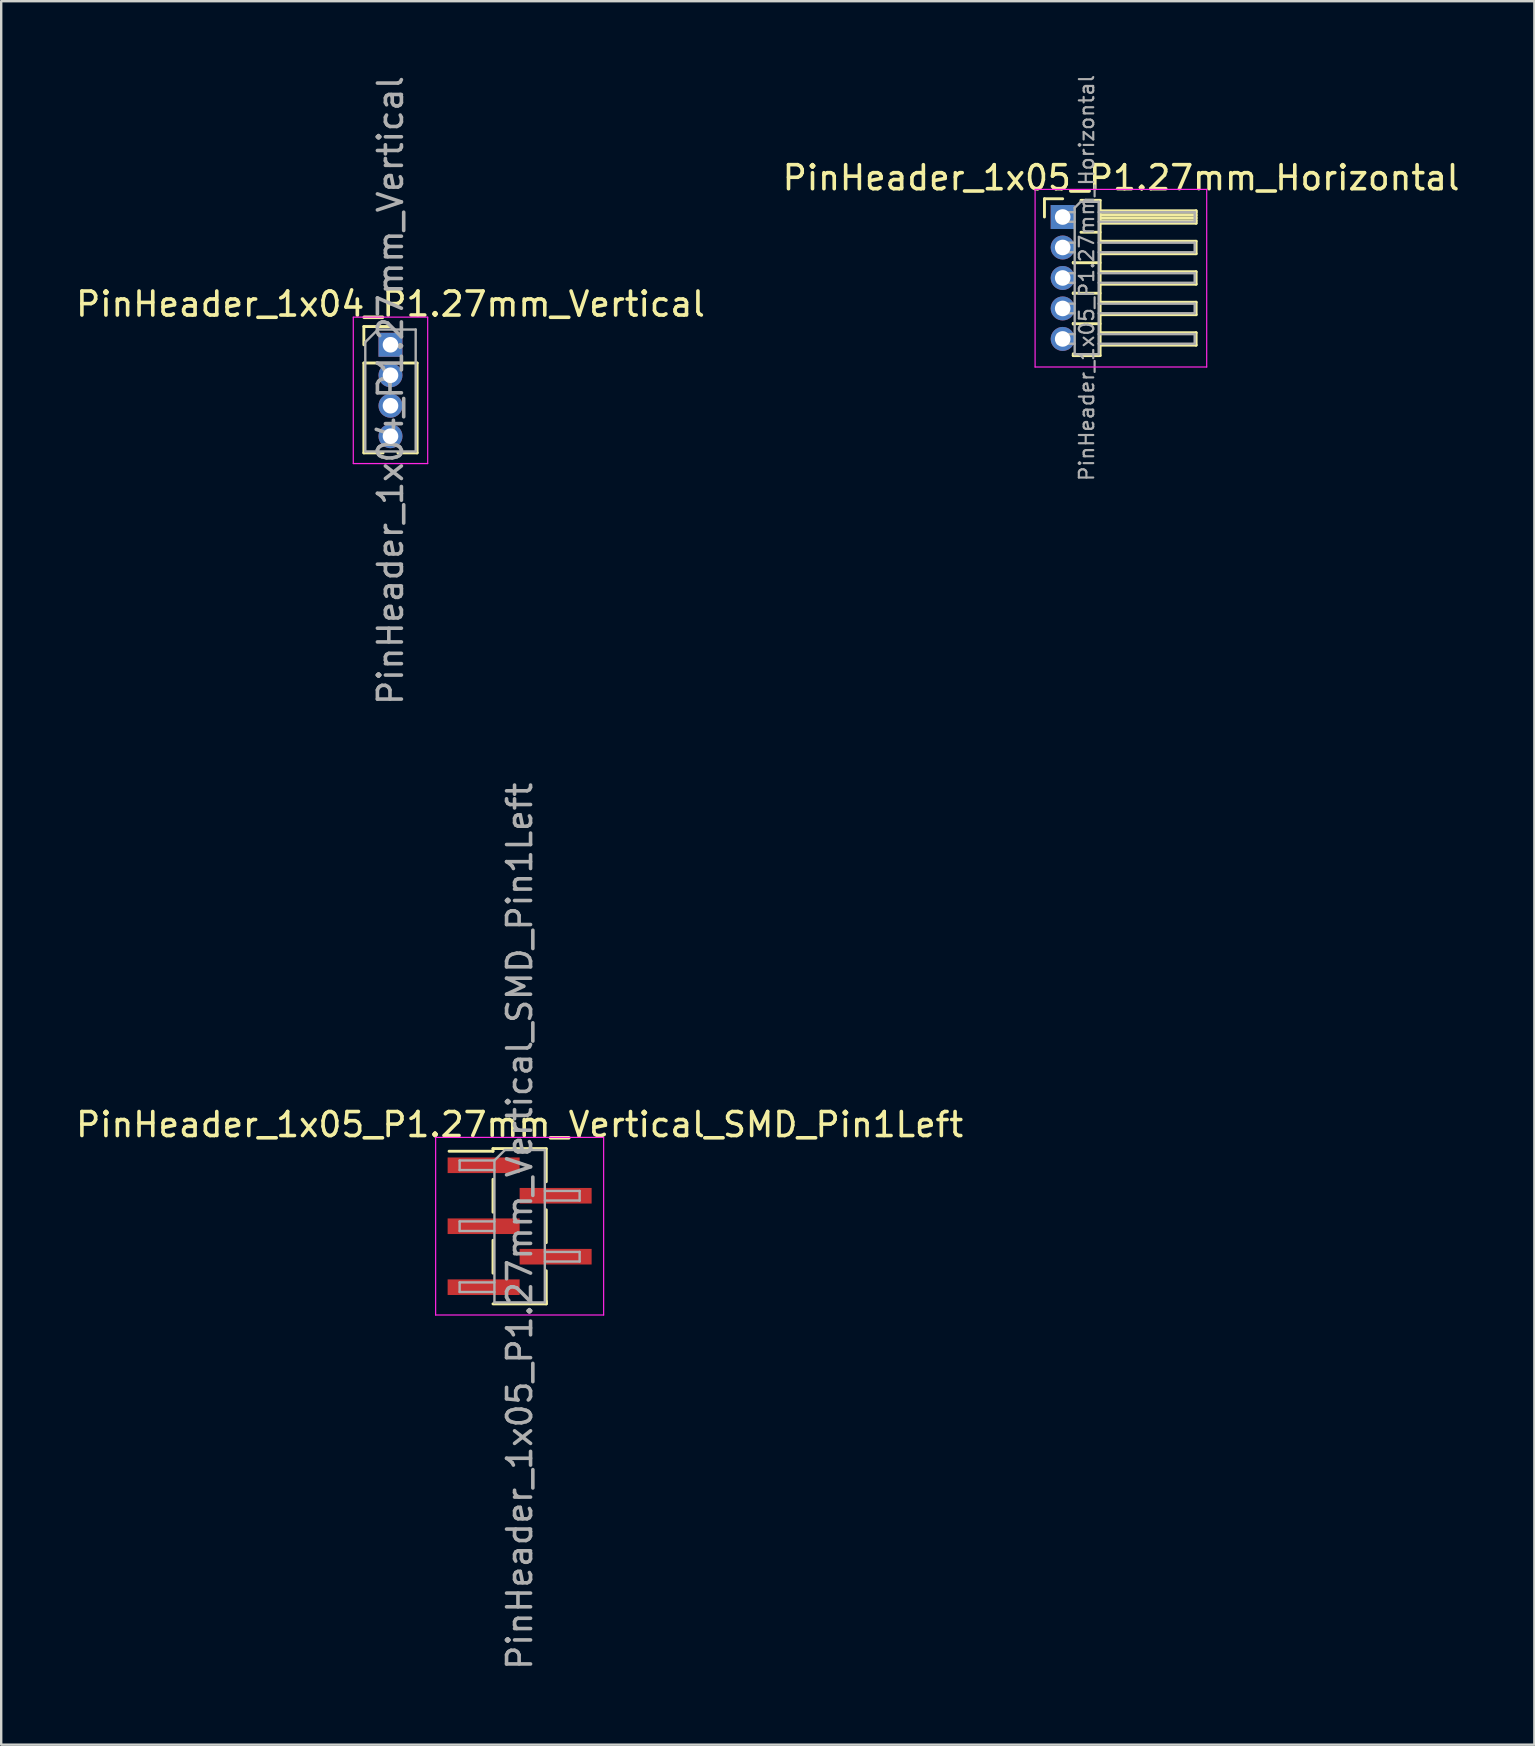
<source format=kicad_pcb>
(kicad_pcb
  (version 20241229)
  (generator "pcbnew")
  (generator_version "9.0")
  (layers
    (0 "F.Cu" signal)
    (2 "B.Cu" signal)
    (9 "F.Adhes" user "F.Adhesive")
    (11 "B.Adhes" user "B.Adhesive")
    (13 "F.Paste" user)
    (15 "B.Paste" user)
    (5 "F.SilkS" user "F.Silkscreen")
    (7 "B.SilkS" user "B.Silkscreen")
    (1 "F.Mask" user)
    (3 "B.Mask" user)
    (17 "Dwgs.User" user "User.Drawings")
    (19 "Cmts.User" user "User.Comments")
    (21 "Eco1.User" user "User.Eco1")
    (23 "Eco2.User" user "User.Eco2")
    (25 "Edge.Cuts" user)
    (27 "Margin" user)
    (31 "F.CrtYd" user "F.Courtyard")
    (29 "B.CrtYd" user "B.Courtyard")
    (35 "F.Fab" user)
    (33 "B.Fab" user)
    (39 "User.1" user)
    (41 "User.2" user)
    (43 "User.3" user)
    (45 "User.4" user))
  (footprint "PinHeader_1x04_P1.27mm_Vertical"
    (layer "F.Cu")
    (at 13.22 11.315)
    (property "Reference" "PinHeader_1x04_P1.27mm_Vertical" (at 0 -1.695 0) (layer "F.SilkS") (effects (font (size 1 1) (thickness 0.15))))
    (attr through_hole)
    (fp_line (start -1.11 -0.76) (end 0 -0.76) (stroke (width 0.12) (type solid)) (layer "F.SilkS"))
    (fp_line (start -1.11 0) (end -1.11 -0.76) (stroke (width 0.12) (type solid)) (layer "F.SilkS"))
    (fp_line (start -1.11 0.76) (end -1.11 4.505) (stroke (width 0.12) (type solid)) (layer "F.SilkS"))
    (fp_line (start -1.11 0.76) (end -0.563 0.76) (stroke (width 0.12) (type solid)) (layer "F.SilkS"))
    (fp_line (start -1.11 4.505) (end -0.308 4.505) (stroke (width 0.12) (type solid)) (layer "F.SilkS"))
    (fp_line (start 0.308 4.505) (end 1.11 4.505) (stroke (width 0.12) (type solid)) (layer "F.SilkS"))
    (fp_line (start 0.563 0.76) (end 1.11 0.76) (stroke (width 0.12) (type solid)) (layer "F.SilkS"))
    (fp_line (start 1.11 0.76) (end 1.11 4.505) (stroke (width 0.12) (type solid)) (layer "F.SilkS"))
    (fp_line (start -1.55 -1.15) (end -1.55 4.95) (stroke (width 0.05) (type solid)) (layer "F.CrtYd"))
    (fp_line (start -1.55 4.95) (end 1.55 4.95) (stroke (width 0.05) (type solid)) (layer "F.CrtYd"))
    (fp_line (start 1.55 -1.15) (end -1.55 -1.15) (stroke (width 0.05) (type solid)) (layer "F.CrtYd"))
    (fp_line (start 1.55 4.95) (end 1.55 -1.15) (stroke (width 0.05) (type solid)) (layer "F.CrtYd"))
    (fp_line (start -1.05 -0.11) (end -0.525 -0.635) (stroke (width 0.1) (type solid)) (layer "F.Fab"))
    (fp_line (start -1.05 4.445) (end -1.05 -0.11) (stroke (width 0.1) (type solid)) (layer "F.Fab"))
    (fp_line (start -0.525 -0.635) (end 1.05 -0.635) (stroke (width 0.1) (type solid)) (layer "F.Fab"))
    (fp_line (start 1.05 -0.635) (end 1.05 4.445) (stroke (width 0.1) (type solid)) (layer "F.Fab"))
    (fp_line (start 1.05 4.445) (end -1.05 4.445) (stroke (width 0.1) (type solid)) (layer "F.Fab"))
    (fp_text user "${REFERENCE}" (at 0 1.905 90) (layer "F.Fab") (effects (font (size 1 1) (thickness 0.15))))
    (pad "1" thru_hole rect (at 0 0) (size 1 1) (drill 0.65) (layers "*.Cu" "*.Mask"))
    (pad "2" thru_hole oval (at 0 1.27) (size 1 1) (drill 0.65) (layers "*.Cu" "*.Mask"))
    (pad "3" thru_hole oval (at 0 2.54) (size 1 1) (drill 0.65) (layers "*.Cu" "*.Mask"))
    (pad "4" thru_hole oval (at 0 3.81) (size 1 1) (drill 0.65) (layers "*.Cu" "*.Mask")))
  (footprint "PinHeader_1x05_P1.27mm_Horizontal"
    (layer "F.Cu")
    (at 41.228 5.992)
    (property "Reference" "PinHeader_1x05_P1.27mm_Horizontal" (at 2.433 -1.635 0) (layer "F.SilkS") (effects (font (size 1 1) (thickness 0.15))))
    (attr through_hole)
    (fp_line (start -0.76 -0.76) (end 0 -0.76) (stroke (width 0.12) (type solid)) (layer "F.SilkS"))
    (fp_line (start -0.76 0) (end -0.76 -0.76) (stroke (width 0.12) (type solid)) (layer "F.SilkS"))
    (fp_line (start 0.44 1.89) (end 0.44 1.92) (stroke (width 0.12) (type solid)) (layer "F.SilkS"))
    (fp_line (start 0.44 1.905) (end 1.56 1.905) (stroke (width 0.12) (type solid)) (layer "F.SilkS"))
    (fp_line (start 0.44 3.16) (end 0.44 3.19) (stroke (width 0.12) (type solid)) (layer "F.SilkS"))
    (fp_line (start 0.44 3.175) (end 1.56 3.175) (stroke (width 0.12) (type solid)) (layer "F.SilkS"))
    (fp_line (start 0.44 4.43) (end 0.44 4.46) (stroke (width 0.12) (type solid)) (layer "F.SilkS"))
    (fp_line (start 0.44 4.445) (end 1.56 4.445) (stroke (width 0.12) (type solid)) (layer "F.SilkS"))
    (fp_line (start 0.44 5.775) (end 0.44 5.7) (stroke (width 0.12) (type solid)) (layer "F.SilkS"))
    (fp_line (start 0.76 -0.695) (end 1.56 -0.695) (stroke (width 0.12) (type solid)) (layer "F.SilkS"))
    (fp_line (start 0.76 0.635) (end 1.56 0.635) (stroke (width 0.12) (type solid)) (layer "F.SilkS"))
    (fp_line (start 1.56 -0.695) (end 1.56 5.775) (stroke (width 0.12) (type solid)) (layer "F.SilkS"))
    (fp_line (start 1.56 -0.26) (end 5.56 -0.26) (stroke (width 0.12) (type solid)) (layer "F.SilkS"))
    (fp_line (start 1.56 -0.2) (end 5.56 -0.2) (stroke (width 0.12) (type solid)) (layer "F.SilkS"))
    (fp_line (start 1.56 -0.08) (end 5.56 -0.08) (stroke (width 0.12) (type solid)) (layer "F.SilkS"))
    (fp_line (start 1.56 0.04) (end 5.56 0.04) (stroke (width 0.12) (type solid)) (layer "F.SilkS"))
    (fp_line (start 1.56 0.16) (end 5.56 0.16) (stroke (width 0.12) (type solid)) (layer "F.SilkS"))
    (fp_line (start 1.56 1.01) (end 5.56 1.01) (stroke (width 0.12) (type solid)) (layer "F.SilkS"))
    (fp_line (start 1.56 2.28) (end 5.56 2.28) (stroke (width 0.12) (type solid)) (layer "F.SilkS"))
    (fp_line (start 1.56 3.55) (end 5.56 3.55) (stroke (width 0.12) (type solid)) (layer "F.SilkS"))
    (fp_line (start 1.56 4.82) (end 5.56 4.82) (stroke (width 0.12) (type solid)) (layer "F.SilkS"))
    (fp_line (start 1.56 5.775) (end 0.44 5.775) (stroke (width 0.12) (type solid)) (layer "F.SilkS"))
    (fp_line (start 5.56 -0.26) (end 5.56 0.26) (stroke (width 0.12) (type solid)) (layer "F.SilkS"))
    (fp_line (start 5.56 0.26) (end 1.56 0.26) (stroke (width 0.12) (type solid)) (layer "F.SilkS"))
    (fp_line (start 5.56 1.01) (end 5.56 1.53) (stroke (width 0.12) (type solid)) (layer "F.SilkS"))
    (fp_line (start 5.56 1.53) (end 1.56 1.53) (stroke (width 0.12) (type solid)) (layer "F.SilkS"))
    (fp_line (start 5.56 2.28) (end 5.56 2.8) (stroke (width 0.12) (type solid)) (layer "F.SilkS"))
    (fp_line (start 5.56 2.8) (end 1.56 2.8) (stroke (width 0.12) (type solid)) (layer "F.SilkS"))
    (fp_line (start 5.56 3.55) (end 5.56 4.07) (stroke (width 0.12) (type solid)) (layer "F.SilkS"))
    (fp_line (start 5.56 4.07) (end 1.56 4.07) (stroke (width 0.12) (type solid)) (layer "F.SilkS"))
    (fp_line (start 5.56 4.82) (end 5.56 5.34) (stroke (width 0.12) (type solid)) (layer "F.SilkS"))
    (fp_line (start 5.56 5.34) (end 1.56 5.34) (stroke (width 0.12) (type solid)) (layer "F.SilkS"))
    (fp_line (start -1.15 -1.15) (end -1.15 6.25) (stroke (width 0.05) (type solid)) (layer "F.CrtYd"))
    (fp_line (start -1.15 6.25) (end 6 6.25) (stroke (width 0.05) (type solid)) (layer "F.CrtYd"))
    (fp_line (start 6 -1.15) (end -1.15 -1.15) (stroke (width 0.05) (type solid)) (layer "F.CrtYd"))
    (fp_line (start 6 6.25) (end 6 -1.15) (stroke (width 0.05) (type solid)) (layer "F.CrtYd"))
    (fp_line (start -0.2 -0.2) (end -0.2 0.2) (stroke (width 0.1) (type solid)) (layer "F.Fab"))
    (fp_line (start -0.2 -0.2) (end 0.5 -0.2) (stroke (width 0.1) (type solid)) (layer "F.Fab"))
    (fp_line (start -0.2 0.2) (end 0.5 0.2) (stroke (width 0.1) (type solid)) (layer "F.Fab"))
    (fp_line (start -0.2 1.07) (end -0.2 1.47) (stroke (width 0.1) (type solid)) (layer "F.Fab"))
    (fp_line (start -0.2 1.07) (end 0.5 1.07) (stroke (width 0.1) (type solid)) (layer "F.Fab"))
    (fp_line (start -0.2 1.47) (end 0.5 1.47) (stroke (width 0.1) (type solid)) (layer "F.Fab"))
    (fp_line (start -0.2 2.34) (end -0.2 2.74) (stroke (width 0.1) (type solid)) (layer "F.Fab"))
    (fp_line (start -0.2 2.34) (end 0.5 2.34) (stroke (width 0.1) (type solid)) (layer "F.Fab"))
    (fp_line (start -0.2 2.74) (end 0.5 2.74) (stroke (width 0.1) (type solid)) (layer "F.Fab"))
    (fp_line (start -0.2 3.61) (end -0.2 4.01) (stroke (width 0.1) (type solid)) (layer "F.Fab"))
    (fp_line (start -0.2 3.61) (end 0.5 3.61) (stroke (width 0.1) (type solid)) (layer "F.Fab"))
    (fp_line (start -0.2 4.01) (end 0.5 4.01) (stroke (width 0.1) (type solid)) (layer "F.Fab"))
    (fp_line (start -0.2 4.88) (end -0.2 5.28) (stroke (width 0.1) (type solid)) (layer "F.Fab"))
    (fp_line (start -0.2 4.88) (end 0.5 4.88) (stroke (width 0.1) (type solid)) (layer "F.Fab"))
    (fp_line (start -0.2 5.28) (end 0.5 5.28) (stroke (width 0.1) (type solid)) (layer "F.Fab"))
    (fp_line (start 0.5 -0.385) (end 0.75 -0.635) (stroke (width 0.1) (type solid)) (layer "F.Fab"))
    (fp_line (start 0.5 5.715) (end 0.5 -0.385) (stroke (width 0.1) (type solid)) (layer "F.Fab"))
    (fp_line (start 0.75 -0.635) (end 1.5 -0.635) (stroke (width 0.1) (type solid)) (layer "F.Fab"))
    (fp_line (start 1.5 -0.635) (end 1.5 5.715) (stroke (width 0.1) (type solid)) (layer "F.Fab"))
    (fp_line (start 1.5 -0.2) (end 5.5 -0.2) (stroke (width 0.1) (type solid)) (layer "F.Fab"))
    (fp_line (start 1.5 0.2) (end 5.5 0.2) (stroke (width 0.1) (type solid)) (layer "F.Fab"))
    (fp_line (start 1.5 1.07) (end 5.5 1.07) (stroke (width 0.1) (type solid)) (layer "F.Fab"))
    (fp_line (start 1.5 1.47) (end 5.5 1.47) (stroke (width 0.1) (type solid)) (layer "F.Fab"))
    (fp_line (start 1.5 2.34) (end 5.5 2.34) (stroke (width 0.1) (type solid)) (layer "F.Fab"))
    (fp_line (start 1.5 2.74) (end 5.5 2.74) (stroke (width 0.1) (type solid)) (layer "F.Fab"))
    (fp_line (start 1.5 3.61) (end 5.5 3.61) (stroke (width 0.1) (type solid)) (layer "F.Fab"))
    (fp_line (start 1.5 4.01) (end 5.5 4.01) (stroke (width 0.1) (type solid)) (layer "F.Fab"))
    (fp_line (start 1.5 4.88) (end 5.5 4.88) (stroke (width 0.1) (type solid)) (layer "F.Fab"))
    (fp_line (start 1.5 5.28) (end 5.5 5.28) (stroke (width 0.1) (type solid)) (layer "F.Fab"))
    (fp_line (start 1.5 5.715) (end 0.5 5.715) (stroke (width 0.1) (type solid)) (layer "F.Fab"))
    (fp_line (start 5.5 -0.2) (end 5.5 0.2) (stroke (width 0.1) (type solid)) (layer "F.Fab"))
    (fp_line (start 5.5 1.07) (end 5.5 1.47) (stroke (width 0.1) (type solid)) (layer "F.Fab"))
    (fp_line (start 5.5 2.34) (end 5.5 2.74) (stroke (width 0.1) (type solid)) (layer "F.Fab"))
    (fp_line (start 5.5 3.61) (end 5.5 4.01) (stroke (width 0.1) (type solid)) (layer "F.Fab"))
    (fp_line (start 5.5 4.88) (end 5.5 5.28) (stroke (width 0.1) (type solid)) (layer "F.Fab"))
    (fp_text user "${REFERENCE}" (at 1 2.54 90) (layer "F.Fab") (effects (font (size 0.6 0.6) (thickness 0.09))))
    (pad "1" thru_hole rect (at 0 0) (size 1 1) (drill 0.65) (layers "*.Cu" "*.Mask"))
    (pad "2" thru_hole oval (at 0 1.27) (size 1 1) (drill 0.65) (layers "*.Cu" "*.Mask"))
    (pad "3" thru_hole oval (at 0 2.54) (size 1 1) (drill 0.65) (layers "*.Cu" "*.Mask"))
    (pad "4" thru_hole oval (at 0 3.81) (size 1 1) (drill 0.65) (layers "*.Cu" "*.Mask"))
    (pad "5" thru_hole oval (at 0 5.08) (size 1 1) (drill 0.65) (layers "*.Cu" "*.Mask")))
  (footprint "PinHeader_1x05_P1.27mm_Vertical_SMD_Pin1Left"
    (layer "F.Cu")
    (at 18.601 48.042)
    (property "Reference" "PinHeader_1x05_P1.27mm_Vertical_SMD_Pin1Left" (at 0 -4.235 0) (layer "F.SilkS") (effects (font (size 1 1) (thickness 0.15))))
    (attr smd)
    (fp_line (start -1.11 -3.235) (end -1.11 -3.125) (stroke (width 0.12) (type solid)) (layer "F.SilkS"))
    (fp_line (start -1.11 -3.235) (end 1.11 -3.235) (stroke (width 0.12) (type solid)) (layer "F.SilkS"))
    (fp_line (start -1.11 -3.125) (end -2.94 -3.125) (stroke (width 0.12) (type solid)) (layer "F.SilkS"))
    (fp_line (start -1.11 -1.955) (end -1.11 -0.585) (stroke (width 0.12) (type solid)) (layer "F.SilkS"))
    (fp_line (start -1.11 0.585) (end -1.11 1.955) (stroke (width 0.12) (type solid)) (layer "F.SilkS"))
    (fp_line (start -1.11 3.235) (end 1.11 3.235) (stroke (width 0.12) (type solid)) (layer "F.SilkS"))
    (fp_line (start 1.11 -3.225) (end 1.11 -1.855) (stroke (width 0.12) (type solid)) (layer "F.SilkS"))
    (fp_line (start 1.11 -0.685) (end 1.11 0.685) (stroke (width 0.12) (type solid)) (layer "F.SilkS"))
    (fp_line (start 1.11 1.855) (end 1.11 3.225) (stroke (width 0.12) (type solid)) (layer "F.SilkS"))
    (fp_line (start 1.11 3.125) (end 1.11 3.235) (stroke (width 0.12) (type solid)) (layer "F.SilkS"))
    (fp_line (start -3.5 -3.7) (end -3.5 3.7) (stroke (width 0.05) (type solid)) (layer "F.CrtYd"))
    (fp_line (start -3.5 3.7) (end 3.5 3.7) (stroke (width 0.05) (type solid)) (layer "F.CrtYd"))
    (fp_line (start 3.5 -3.7) (end -3.5 -3.7) (stroke (width 0.05) (type solid)) (layer "F.CrtYd"))
    (fp_line (start 3.5 3.7) (end 3.5 -3.7) (stroke (width 0.05) (type solid)) (layer "F.CrtYd"))
    (fp_line (start -2.5 -2.74) (end -2.5 -2.34) (stroke (width 0.1) (type solid)) (layer "F.Fab"))
    (fp_line (start -2.5 -2.34) (end -1.05 -2.34) (stroke (width 0.1) (type solid)) (layer "F.Fab"))
    (fp_line (start -2.5 -0.2) (end -2.5 0.2) (stroke (width 0.1) (type solid)) (layer "F.Fab"))
    (fp_line (start -2.5 0.2) (end -1.05 0.2) (stroke (width 0.1) (type solid)) (layer "F.Fab"))
    (fp_line (start -2.5 2.34) (end -2.5 2.74) (stroke (width 0.1) (type solid)) (layer "F.Fab"))
    (fp_line (start -2.5 2.74) (end -1.05 2.74) (stroke (width 0.1) (type solid)) (layer "F.Fab"))
    (fp_line (start -1.05 -2.74) (end -2.5 -2.74) (stroke (width 0.1) (type solid)) (layer "F.Fab"))
    (fp_line (start -1.05 -2.74) (end -0.615 -3.175) (stroke (width 0.1) (type solid)) (layer "F.Fab"))
    (fp_line (start -1.05 -0.2) (end -2.5 -0.2) (stroke (width 0.1) (type solid)) (layer "F.Fab"))
    (fp_line (start -1.05 2.34) (end -2.5 2.34) (stroke (width 0.1) (type solid)) (layer "F.Fab"))
    (fp_line (start -1.05 3.175) (end -1.05 -2.74) (stroke (width 0.1) (type solid)) (layer "F.Fab"))
    (fp_line (start -0.615 -3.175) (end 1.05 -3.175) (stroke (width 0.1) (type solid)) (layer "F.Fab"))
    (fp_line (start 1.05 -3.175) (end 1.05 3.175) (stroke (width 0.1) (type solid)) (layer "F.Fab"))
    (fp_line (start 1.05 -1.47) (end 2.5 -1.47) (stroke (width 0.1) (type solid)) (layer "F.Fab"))
    (fp_line (start 1.05 1.07) (end 2.5 1.07) (stroke (width 0.1) (type solid)) (layer "F.Fab"))
    (fp_line (start 1.05 3.175) (end -1.05 3.175) (stroke (width 0.1) (type solid)) (layer "F.Fab"))
    (fp_line (start 2.5 -1.47) (end 2.5 -1.07) (stroke (width 0.1) (type solid)) (layer "F.Fab"))
    (fp_line (start 2.5 -1.07) (end 1.05 -1.07) (stroke (width 0.1) (type solid)) (layer "F.Fab"))
    (fp_line (start 2.5 1.07) (end 2.5 1.47) (stroke (width 0.1) (type solid)) (layer "F.Fab"))
    (fp_line (start 2.5 1.47) (end 1.05 1.47) (stroke (width 0.1) (type solid)) (layer "F.Fab"))
    (fp_text user "${REFERENCE}" (at 0 0 90) (layer "F.Fab") (effects (font (size 1 1) (thickness 0.15))))
    (pad "1" smd rect (at -1.5 -2.54) (size 3 0.65) (layers "F.Cu" "F.Mask" "F.Paste"))
    (pad "2" smd rect (at 1.5 -1.27) (size 3 0.65) (layers "F.Cu" "F.Mask" "F.Paste"))
    (pad "3" smd rect (at -1.5 0) (size 3 0.65) (layers "F.Cu" "F.Mask" "F.Paste"))
    (pad "4" smd rect (at 1.5 1.27) (size 3 0.65) (layers "F.Cu" "F.Mask" "F.Paste"))
    (pad "5" smd rect (at -1.5 2.54) (size 3 0.65) (layers "F.Cu" "F.Mask" "F.Paste")))
  (gr_rect
    (start -3 -3)
    (end 60.881 69.643)
    (stroke (width 0.1) (type default))
    (fill no)
    (layer "Edge.Cuts")))
</source>
